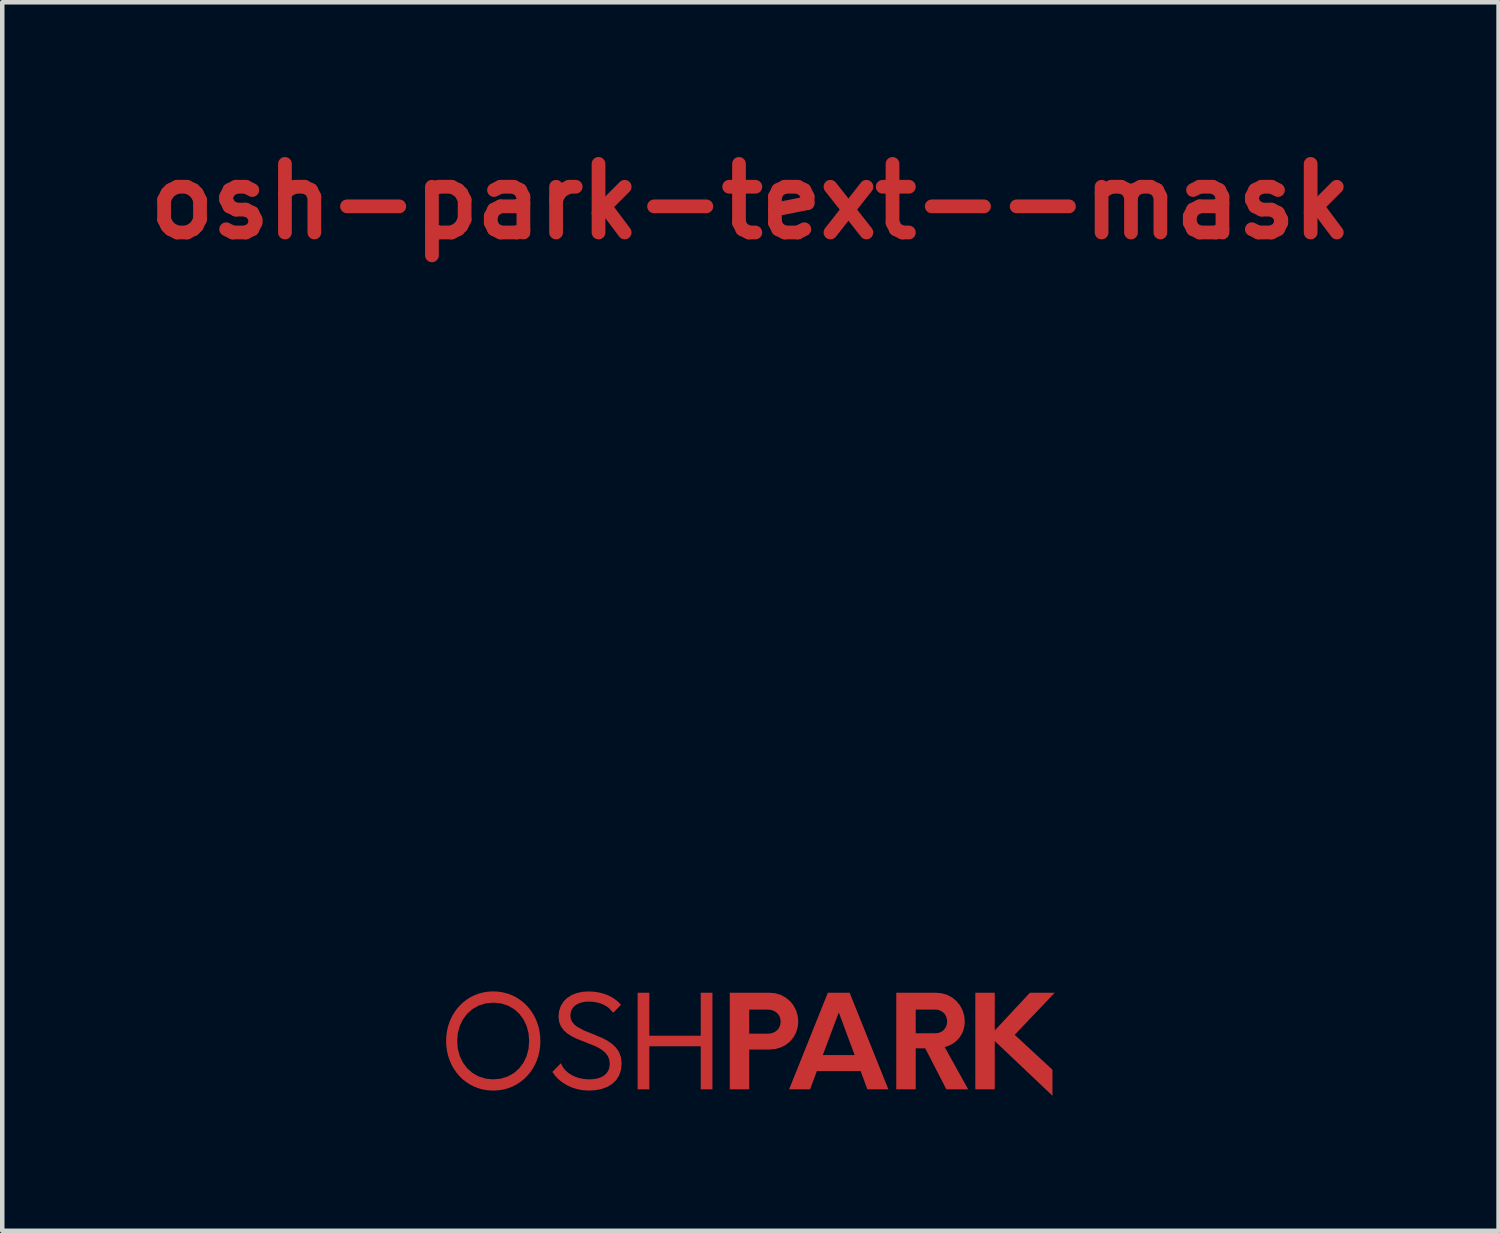
<source format=kicad_pcb>
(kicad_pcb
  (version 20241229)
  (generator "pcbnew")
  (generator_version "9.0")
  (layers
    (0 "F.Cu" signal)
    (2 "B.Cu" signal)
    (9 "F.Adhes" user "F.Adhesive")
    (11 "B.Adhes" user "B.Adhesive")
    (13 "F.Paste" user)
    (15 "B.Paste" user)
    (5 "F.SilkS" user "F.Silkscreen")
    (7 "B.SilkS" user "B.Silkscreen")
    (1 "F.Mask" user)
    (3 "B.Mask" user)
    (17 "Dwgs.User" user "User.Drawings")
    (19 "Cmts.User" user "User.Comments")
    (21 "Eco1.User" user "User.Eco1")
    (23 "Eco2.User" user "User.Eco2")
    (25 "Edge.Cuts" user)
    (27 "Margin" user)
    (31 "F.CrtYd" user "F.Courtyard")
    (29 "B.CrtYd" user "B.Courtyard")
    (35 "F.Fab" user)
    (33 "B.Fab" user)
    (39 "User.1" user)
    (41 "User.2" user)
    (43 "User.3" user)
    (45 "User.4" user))
  (footprint "osh-park-text--mask"
    (layer "F.Cu")
    (at 13.622 12.884)
    (property "Reference" "osh-park-text--mask" (at 0 -11.458 0) (layer "F.Cu") (effects (font (size 1.524 1.524) (thickness 0.305))))
    (attr smd)
    (fp_poly (pts (xy 6.761 6.121) (xy 6.209 6.121) (xy 5.428 6.959) (xy 5.428 6.121) (xy 4.996 6.121) (xy 4.996 8.267) (xy 5.428 8.267) (xy 5.428 7.194) (xy 6.71 8.41) (xy 6.71 7.832) (xy 5.871 7.056) (xy 6.761 6.121)) (stroke (width 0) (type solid)) (fill yes) (layer "F.Cu"))
    (fp_poly (pts (xy -1.104 6.121) (xy -1.104 7.076) (xy -2.246 7.076) (xy -2.246 6.121) (xy -2.506 6.121) (xy -2.506 8.267) (xy -2.246 8.267) (xy -2.246 7.311) (xy -1.104 7.311) (xy -1.104 8.267) (xy -0.844 8.267) (xy -0.844 6.121) (xy -1.104 6.121)) (stroke (width 0) (type solid)) (fill yes) (layer "F.Cu"))
    (fp_poly (pts (xy 2.598 8.267) (xy 1.963 6.558) (xy 2.315 7.506) (xy 1.608 7.506) (xy 1.963 6.558) (xy 2.598 8.267) (xy 3.065 8.267) (xy 2.204 6.121) (xy 1.72 6.121) (xy 0.859 8.267) (xy 1.325 8.267) (xy 1.477 7.86) (xy 2.447 7.86) (xy 2.598 8.267)) (stroke (width 0) (type solid)) (fill yes) (layer "F.Cu"))
    (fp_poly (pts (xy 0.428 6.121) (xy -0.027 6.496) (xy 0.388 6.496) (xy 0.445 6.501) (xy 0.499 6.515) (xy 0.547 6.538) (xy 0.589 6.57) (xy 0.623 6.608) (xy 0.649 6.654) (xy 0.665 6.705) (xy 0.671 6.762) (xy 0.665 6.82) (xy 0.649 6.873) (xy 0.623 6.919) (xy 0.589 6.957) (xy 0.547 6.989) (xy 0.499 7.012) (xy 0.445 7.026) (xy 0.388 7.031) (xy 0.388 7.031) (xy -0.027 7.031) (xy -0.027 6.496) (xy 0.428 6.121) (xy -0.459 6.121) (xy -0.459 8.267) (xy -0.027 8.267) (xy -0.027 7.383) (xy 0.428 7.383) (xy 0.558 7.37) (xy 0.678 7.335) (xy 0.786 7.279) (xy 0.88 7.204) (xy 0.956 7.112) (xy 1.014 7.006) (xy 1.05 6.888) (xy 1.063 6.759) (xy 1.05 6.63) (xy 1.014 6.511) (xy 0.956 6.402) (xy 0.88 6.308) (xy 0.786 6.23) (xy 0.678 6.171) (xy 0.558 6.134) (xy 0.428 6.121) (xy 0.428 6.121)) (stroke (width 0) (type solid)) (fill yes) (layer "F.Cu"))
    (fp_poly (pts (xy 4.317 7.328) (xy 4.11 7.022) (xy 3.672 7.022) (xy 3.672 6.496) (xy 4.11 6.496) (xy 4.163 6.501) (xy 4.212 6.516) (xy 4.257 6.54) (xy 4.295 6.571) (xy 4.327 6.61) (xy 4.35 6.655) (xy 4.365 6.705) (xy 4.37 6.759) (xy 4.365 6.813) (xy 4.351 6.863) (xy 4.327 6.907) (xy 4.296 6.946) (xy 4.258 6.978) (xy 4.214 7.002) (xy 4.164 7.017) (xy 4.11 7.022) (xy 4.11 7.022) (xy 4.317 7.328) (xy 4.41 7.297) (xy 4.496 7.252) (xy 4.572 7.195) (xy 4.637 7.127) (xy 4.69 7.048) (xy 4.73 6.961) (xy 4.754 6.865) (xy 4.762 6.762) (xy 4.75 6.632) (xy 4.713 6.511) (xy 4.655 6.402) (xy 4.578 6.307) (xy 4.484 6.229) (xy 4.376 6.171) (xy 4.256 6.134) (xy 4.127 6.121) (xy 3.24 6.121) (xy 3.24 8.267) (xy 3.672 8.267) (xy 3.672 7.357) (xy 3.884 7.357) (xy 4.353 8.267) (xy 4.837 8.267) (xy 4.316 7.328) (xy 4.317 7.328)) (stroke (width 0) (type solid)) (fill yes) (layer "F.Cu"))
    (fp_poly (pts (xy -3.591 8.295) (xy -3.442 8.286) (xy -3.304 8.259) (xy -3.18 8.213) (xy -3.072 8.148) (xy -2.984 8.064) (xy -2.918 7.96) (xy -2.876 7.836) (xy -2.861 7.692) (xy -2.877 7.552) (xy -2.921 7.435) (xy -2.99 7.337) (xy -3.078 7.254) (xy -3.18 7.185) (xy -3.292 7.127) (xy -3.528 7.028) (xy -3.707 6.956) (xy -3.857 6.873) (xy -3.916 6.824) (xy -3.961 6.768) (xy -3.99 6.704) (xy -4 6.63) (xy -3.992 6.555) (xy -3.968 6.491) (xy -3.93 6.437) (xy -3.88 6.394) (xy -3.82 6.36) (xy -3.752 6.337) (xy -3.677 6.323) (xy -3.597 6.318) (xy -3.501 6.323) (xy -3.413 6.336) (xy -3.333 6.358) (xy -3.26 6.388) (xy -3.196 6.424) (xy -3.139 6.466) (xy -3.05 6.567) (xy -2.876 6.389) (xy -2.935 6.327) (xy -3.003 6.271) (xy -3.081 6.22) (xy -3.169 6.176) (xy -3.265 6.141) (xy -3.369 6.114) (xy -3.482 6.098) (xy -3.603 6.092) (xy -3.735 6.101) (xy -3.858 6.128) (xy -3.97 6.172) (xy -4.069 6.234) (xy -4.15 6.313) (xy -4.211 6.409) (xy -4.25 6.521) (xy -4.264 6.649) (xy -4.25 6.769) (xy -4.21 6.87) (xy -4.149 6.954) (xy -4.071 7.025) (xy -3.978 7.085) (xy -3.875 7.137) (xy -3.654 7.225) (xy -3.457 7.304) (xy -3.367 7.349) (xy -3.287 7.4) (xy -3.22 7.459) (xy -3.168 7.528) (xy -3.136 7.609) (xy -3.125 7.705) (xy -3.135 7.789) (xy -3.162 7.86) (xy -3.204 7.919) (xy -3.259 7.966) (xy -3.327 8.002) (xy -3.404 8.027) (xy -3.49 8.041) (xy -3.583 8.046) (xy -3.691 8.039) (xy -3.793 8.02) (xy -3.889 7.989) (xy -3.976 7.947) (xy -4.053 7.896) (xy -4.119 7.835) (xy -4.172 7.765) (xy -4.212 7.688) (xy -4.401 7.88) (xy -4.338 7.968) (xy -4.261 8.047) (xy -4.172 8.118) (xy -4.072 8.179) (xy -3.963 8.228) (xy -3.845 8.264) (xy -3.721 8.287) (xy -3.591 8.295) (xy -3.591 8.295)) (stroke (width 0) (type solid)) (fill yes) (layer "F.Cu"))
    (fp_poly (pts (xy -5.714 8.295) (xy -5.714 8.046) (xy -5.885 8.029) (xy -6.039 7.98) (xy -6.176 7.903) (xy -6.293 7.799) (xy -6.387 7.674) (xy -6.457 7.529) (xy -6.5 7.368) (xy -6.515 7.194) (xy -6.5 7.02) (xy -6.457 6.859) (xy -6.387 6.714) (xy -6.293 6.588) (xy -6.176 6.485) (xy -6.039 6.407) (xy -5.885 6.358) (xy -5.714 6.341) (xy -5.542 6.358) (xy -5.388 6.407) (xy -5.251 6.485) (xy -5.136 6.588) (xy -5.042 6.714) (xy -4.973 6.859) (xy -4.93 7.02) (xy -4.916 7.194) (xy -4.93 7.368) (xy -4.973 7.529) (xy -5.042 7.674) (xy -5.136 7.799) (xy -5.251 7.903) (xy -5.388 7.98) (xy -5.542 8.029) (xy -5.714 8.046) (xy -5.714 8.295) (xy -5.602 8.289) (xy -5.495 8.273) (xy -5.392 8.246) (xy -5.294 8.209) (xy -5.202 8.162) (xy -5.116 8.107) (xy -5.036 8.044) (xy -4.963 7.973) (xy -4.897 7.895) (xy -4.838 7.81) (xy -4.787 7.719) (xy -4.745 7.623) (xy -4.711 7.521) (xy -4.687 7.416) (xy -4.672 7.306) (xy -4.667 7.193) (xy -4.672 7.081) (xy -4.687 6.971) (xy -4.711 6.865) (xy -4.745 6.764) (xy -4.787 6.668) (xy -4.838 6.577) (xy -4.897 6.492) (xy -4.963 6.414) (xy -5.036 6.343) (xy -5.116 6.28) (xy -5.202 6.224) (xy -5.294 6.178) (xy -5.392 6.141) (xy -5.495 6.114) (xy -5.602 6.097) (xy -5.714 6.091) (xy -5.826 6.097) (xy -5.934 6.114) (xy -6.037 6.141) (xy -6.135 6.178) (xy -6.227 6.224) (xy -6.313 6.28) (xy -6.393 6.343) (xy -6.466 6.414) (xy -6.532 6.492) (xy -6.59 6.577) (xy -6.641 6.668) (xy -6.683 6.764) (xy -6.717 6.865) (xy -6.741 6.971) (xy -6.756 7.081) (xy -6.761 7.193) (xy -6.756 7.306) (xy -6.741 7.416) (xy -6.717 7.521) (xy -6.683 7.623) (xy -6.641 7.719) (xy -6.59 7.81) (xy -6.532 7.895) (xy -6.466 7.973) (xy -6.393 8.044) (xy -6.313 8.107) (xy -6.227 8.162) (xy -6.135 8.209) (xy -6.037 8.246) (xy -5.934 8.273) (xy -5.826 8.289) (xy -5.714 8.295)) (stroke (width 0) (type solid)) (fill yes) (layer "F.Cu"))
    (fp_poly (pts (xy 6.761 6.121) (xy 6.209 6.121) (xy 5.428 6.959) (xy 5.428 6.121) (xy 4.996 6.121) (xy 4.996 8.267) (xy 5.428 8.267) (xy 5.428 7.194) (xy 6.71 8.41) (xy 6.71 7.832) (xy 5.871 7.056) (xy 6.761 6.121)) (stroke (width 0) (type solid)) (fill yes) (layer "F.Mask"))
    (fp_poly (pts (xy -1.104 6.121) (xy -1.104 7.076) (xy -2.246 7.076) (xy -2.246 6.121) (xy -2.506 6.121) (xy -2.506 8.267) (xy -2.246 8.267) (xy -2.246 7.311) (xy -1.104 7.311) (xy -1.104 8.267) (xy -0.844 8.267) (xy -0.844 6.121) (xy -1.104 6.121)) (stroke (width 0) (type solid)) (fill yes) (layer "F.Mask"))
    (fp_poly (pts (xy 2.598 8.267) (xy 1.963 6.558) (xy 2.315 7.506) (xy 1.608 7.506) (xy 1.963 6.558) (xy 2.598 8.267) (xy 3.065 8.267) (xy 2.204 6.121) (xy 1.72 6.121) (xy 0.859 8.267) (xy 1.325 8.267) (xy 1.477 7.86) (xy 2.447 7.86) (xy 2.598 8.267)) (stroke (width 0) (type solid)) (fill yes) (layer "F.Mask"))
    (fp_poly (pts (xy 0.428 6.121) (xy -0.027 6.496) (xy 0.388 6.496) (xy 0.445 6.501) (xy 0.499 6.515) (xy 0.547 6.538) (xy 0.589 6.57) (xy 0.623 6.608) (xy 0.649 6.654) (xy 0.665 6.705) (xy 0.671 6.762) (xy 0.665 6.82) (xy 0.649 6.873) (xy 0.623 6.919) (xy 0.589 6.957) (xy 0.547 6.989) (xy 0.499 7.012) (xy 0.445 7.026) (xy 0.388 7.031) (xy 0.388 7.031) (xy -0.027 7.031) (xy -0.027 6.496) (xy 0.428 6.121) (xy -0.459 6.121) (xy -0.459 8.267) (xy -0.027 8.267) (xy -0.027 7.383) (xy 0.428 7.383) (xy 0.558 7.37) (xy 0.678 7.335) (xy 0.786 7.279) (xy 0.88 7.204) (xy 0.956 7.112) (xy 1.014 7.006) (xy 1.05 6.888) (xy 1.063 6.759) (xy 1.05 6.63) (xy 1.014 6.511) (xy 0.956 6.402) (xy 0.88 6.308) (xy 0.786 6.23) (xy 0.678 6.171) (xy 0.558 6.134) (xy 0.428 6.121) (xy 0.428 6.121)) (stroke (width 0) (type solid)) (fill yes) (layer "F.Mask"))
    (fp_poly (pts (xy 4.317 7.328) (xy 4.11 7.022) (xy 3.672 7.022) (xy 3.672 6.496) (xy 4.11 6.496) (xy 4.163 6.501) (xy 4.212 6.516) (xy 4.257 6.54) (xy 4.295 6.571) (xy 4.327 6.61) (xy 4.35 6.655) (xy 4.365 6.705) (xy 4.37 6.759) (xy 4.365 6.813) (xy 4.351 6.863) (xy 4.327 6.907) (xy 4.296 6.946) (xy 4.258 6.978) (xy 4.214 7.002) (xy 4.164 7.017) (xy 4.11 7.022) (xy 4.11 7.022) (xy 4.317 7.328) (xy 4.41 7.297) (xy 4.496 7.252) (xy 4.572 7.195) (xy 4.637 7.127) (xy 4.69 7.048) (xy 4.73 6.961) (xy 4.754 6.865) (xy 4.762 6.762) (xy 4.75 6.632) (xy 4.713 6.511) (xy 4.655 6.402) (xy 4.578 6.307) (xy 4.484 6.229) (xy 4.376 6.171) (xy 4.256 6.134) (xy 4.127 6.121) (xy 3.24 6.121) (xy 3.24 8.267) (xy 3.672 8.267) (xy 3.672 7.357) (xy 3.884 7.357) (xy 4.353 8.267) (xy 4.837 8.267) (xy 4.316 7.328) (xy 4.317 7.328)) (stroke (width 0) (type solid)) (fill yes) (layer "F.Mask"))
    (fp_poly (pts (xy -3.591 8.295) (xy -3.442 8.286) (xy -3.304 8.259) (xy -3.18 8.213) (xy -3.072 8.148) (xy -2.984 8.064) (xy -2.918 7.96) (xy -2.876 7.836) (xy -2.861 7.692) (xy -2.877 7.552) (xy -2.921 7.435) (xy -2.99 7.337) (xy -3.078 7.254) (xy -3.18 7.185) (xy -3.292 7.127) (xy -3.528 7.028) (xy -3.707 6.956) (xy -3.857 6.873) (xy -3.916 6.824) (xy -3.961 6.768) (xy -3.99 6.704) (xy -4 6.63) (xy -3.992 6.555) (xy -3.968 6.491) (xy -3.93 6.437) (xy -3.88 6.394) (xy -3.82 6.36) (xy -3.752 6.337) (xy -3.677 6.323) (xy -3.597 6.318) (xy -3.501 6.323) (xy -3.413 6.336) (xy -3.333 6.358) (xy -3.26 6.388) (xy -3.196 6.424) (xy -3.139 6.466) (xy -3.05 6.567) (xy -2.876 6.389) (xy -2.935 6.327) (xy -3.003 6.271) (xy -3.081 6.22) (xy -3.169 6.176) (xy -3.265 6.141) (xy -3.369 6.114) (xy -3.482 6.098) (xy -3.603 6.092) (xy -3.735 6.101) (xy -3.858 6.128) (xy -3.97 6.172) (xy -4.069 6.234) (xy -4.15 6.313) (xy -4.211 6.409) (xy -4.25 6.521) (xy -4.264 6.649) (xy -4.25 6.769) (xy -4.21 6.87) (xy -4.149 6.954) (xy -4.071 7.025) (xy -3.978 7.085) (xy -3.875 7.137) (xy -3.654 7.225) (xy -3.457 7.304) (xy -3.367 7.349) (xy -3.287 7.4) (xy -3.22 7.459) (xy -3.168 7.528) (xy -3.136 7.609) (xy -3.125 7.705) (xy -3.135 7.789) (xy -3.162 7.86) (xy -3.204 7.919) (xy -3.259 7.966) (xy -3.327 8.002) (xy -3.404 8.027) (xy -3.49 8.041) (xy -3.583 8.046) (xy -3.691 8.039) (xy -3.793 8.02) (xy -3.889 7.989) (xy -3.976 7.947) (xy -4.053 7.896) (xy -4.119 7.835) (xy -4.172 7.765) (xy -4.212 7.688) (xy -4.401 7.88) (xy -4.338 7.968) (xy -4.261 8.047) (xy -4.172 8.118) (xy -4.072 8.179) (xy -3.963 8.228) (xy -3.845 8.264) (xy -3.721 8.287) (xy -3.591 8.295) (xy -3.591 8.295)) (stroke (width 0) (type solid)) (fill yes) (layer "F.Mask"))
    (fp_poly (pts (xy -5.714 8.295) (xy -5.714 8.046) (xy -5.885 8.029) (xy -6.039 7.98) (xy -6.176 7.903) (xy -6.293 7.799) (xy -6.387 7.674) (xy -6.457 7.529) (xy -6.5 7.368) (xy -6.515 7.194) (xy -6.5 7.02) (xy -6.457 6.859) (xy -6.387 6.714) (xy -6.293 6.588) (xy -6.176 6.485) (xy -6.039 6.407) (xy -5.885 6.358) (xy -5.714 6.341) (xy -5.542 6.358) (xy -5.388 6.407) (xy -5.251 6.485) (xy -5.136 6.588) (xy -5.042 6.714) (xy -4.973 6.859) (xy -4.93 7.02) (xy -4.916 7.194) (xy -4.93 7.368) (xy -4.973 7.529) (xy -5.042 7.674) (xy -5.136 7.799) (xy -5.251 7.903) (xy -5.388 7.98) (xy -5.542 8.029) (xy -5.714 8.046) (xy -5.714 8.295) (xy -5.602 8.289) (xy -5.495 8.273) (xy -5.392 8.246) (xy -5.294 8.209) (xy -5.202 8.162) (xy -5.116 8.107) (xy -5.036 8.044) (xy -4.963 7.973) (xy -4.897 7.895) (xy -4.838 7.81) (xy -4.787 7.719) (xy -4.745 7.623) (xy -4.711 7.521) (xy -4.687 7.416) (xy -4.672 7.306) (xy -4.667 7.193) (xy -4.672 7.081) (xy -4.687 6.971) (xy -4.711 6.865) (xy -4.745 6.764) (xy -4.787 6.668) (xy -4.838 6.577) (xy -4.897 6.492) (xy -4.963 6.414) (xy -5.036 6.343) (xy -5.116 6.28) (xy -5.202 6.224) (xy -5.294 6.178) (xy -5.392 6.141) (xy -5.495 6.114) (xy -5.602 6.097) (xy -5.714 6.091) (xy -5.826 6.097) (xy -5.934 6.114) (xy -6.037 6.141) (xy -6.135 6.178) (xy -6.227 6.224) (xy -6.313 6.28) (xy -6.393 6.343) (xy -6.466 6.414) (xy -6.532 6.492) (xy -6.59 6.577) (xy -6.641 6.668) (xy -6.683 6.764) (xy -6.717 6.865) (xy -6.741 6.971) (xy -6.756 7.081) (xy -6.761 7.193) (xy -6.756 7.306) (xy -6.741 7.416) (xy -6.717 7.521) (xy -6.683 7.623) (xy -6.641 7.719) (xy -6.59 7.81) (xy -6.532 7.895) (xy -6.466 7.973) (xy -6.393 8.044) (xy -6.313 8.107) (xy -6.227 8.162) (xy -6.135 8.209) (xy -6.037 8.246) (xy -5.934 8.273) (xy -5.826 8.289) (xy -5.714 8.295)) (stroke (width 0) (type solid)) (fill yes) (layer "F.Mask")))
  (gr_rect
    (start -3 -3)
    (end 30.243 24.294)
    (stroke (width 0.1) (type default))
    (fill no)
    (layer "Edge.Cuts")))
</source>
